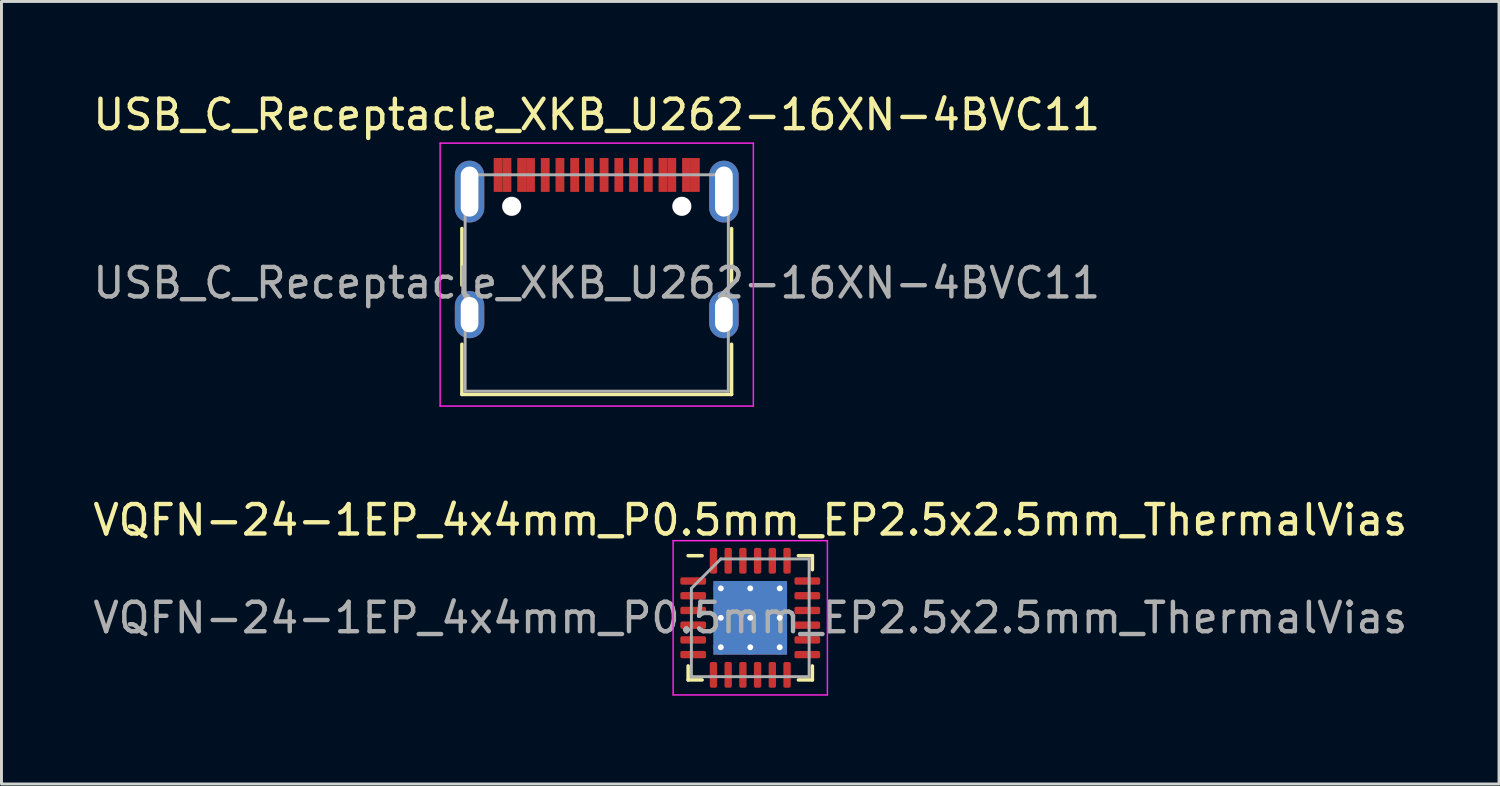
<source format=kicad_pcb>
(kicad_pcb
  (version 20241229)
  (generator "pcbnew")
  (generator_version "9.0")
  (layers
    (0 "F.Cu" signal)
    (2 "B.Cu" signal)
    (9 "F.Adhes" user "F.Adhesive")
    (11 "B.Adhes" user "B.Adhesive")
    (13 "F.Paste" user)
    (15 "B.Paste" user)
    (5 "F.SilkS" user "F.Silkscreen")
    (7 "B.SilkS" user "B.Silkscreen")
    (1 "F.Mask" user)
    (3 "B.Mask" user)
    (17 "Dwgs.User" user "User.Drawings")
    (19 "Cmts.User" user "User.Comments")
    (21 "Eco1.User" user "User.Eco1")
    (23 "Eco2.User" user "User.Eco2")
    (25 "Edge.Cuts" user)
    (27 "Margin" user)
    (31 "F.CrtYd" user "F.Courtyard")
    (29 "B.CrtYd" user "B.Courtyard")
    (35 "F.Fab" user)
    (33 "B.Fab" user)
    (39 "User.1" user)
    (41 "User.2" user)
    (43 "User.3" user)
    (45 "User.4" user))
  (footprint "USB_C_Receptacle_XKB_U262-16XN-4BVC11"
    (layer "F.Cu")
    (at 17.22 6.563)
    (property "Reference" "USB_C_Receptacle_XKB_U262-16XN-4BVC11" (at 0 -5.715 0) (layer "F.SilkS") (effects (font (size 1 1) (thickness 0.15))))
    (attr smd)
    (fp_line (start -4.58 -1.85) (end -4.58 0.07) (stroke (width 0.12) (type solid)) (layer "F.SilkS"))
    (fp_line (start -4.58 3.785) (end -4.58 2.08) (stroke (width 0.12) (type solid)) (layer "F.SilkS"))
    (fp_line (start 4.58 0.07) (end 4.58 -1.85) (stroke (width 0.12) (type solid)) (layer "F.SilkS"))
    (fp_line (start 4.58 2.08) (end 4.58 3.785) (stroke (width 0.12) (type solid)) (layer "F.SilkS"))
    (fp_line (start 4.58 3.785) (end -4.58 3.785) (stroke (width 0.12) (type solid)) (layer "F.SilkS"))
    (fp_line (start -5.32 -4.75) (end 5.32 -4.75) (stroke (width 0.05) (type solid)) (layer "F.CrtYd"))
    (fp_line (start -5.32 4.18) (end -5.32 -4.75) (stroke (width 0.05) (type solid)) (layer "F.CrtYd"))
    (fp_line (start 5.32 -4.75) (end 5.32 4.18) (stroke (width 0.05) (type solid)) (layer "F.CrtYd"))
    (fp_line (start 5.32 4.18) (end -5.32 4.18) (stroke (width 0.05) (type solid)) (layer "F.CrtYd"))
    (fp_line (start -4.47 -3.675) (end -4.47 3.675) (stroke (width 0.1) (type solid)) (layer "F.Fab"))
    (fp_line (start -4.47 -3.675) (end 4.47 -3.675) (stroke (width 0.1) (type solid)) (layer "F.Fab"))
    (fp_line (start -4.47 3.675) (end 4.47 3.675) (stroke (width 0.1) (type solid)) (layer "F.Fab"))
    (fp_line (start 4.47 3.675) (end 4.47 -3.675) (stroke (width 0.1) (type solid)) (layer "F.Fab"))
    (fp_text user "${REFERENCE}" (at 0 0 0) (layer "F.Fab") (effects (font (size 1 1) (thickness 0.15))))
    (pad "" np_thru_hole circle (at -2.89 -2.605) (size 0.65 0.65) (drill 0.65) (layers "*.Cu" "*.Mask"))
    (pad "" np_thru_hole circle (at 2.89 -2.605) (size 0.65 0.65) (drill 0.65) (layers "*.Cu" "*.Mask"))
    (pad "A1" smd rect (at -3.35 -3.67) (size 0.3 1.15) (layers "F.Cu" "F.Mask" "F.Paste"))
    (pad "A4" smd rect (at -2.55 -3.67) (size 0.3 1.15) (layers "F.Cu" "F.Mask" "F.Paste"))
    (pad "A5" smd rect (at -1.25 -3.67) (size 0.3 1.15) (layers "F.Cu" "F.Mask" "F.Paste"))
    (pad "A6" smd rect (at -0.25 -3.67) (size 0.3 1.15) (layers "F.Cu" "F.Mask" "F.Paste"))
    (pad "A7" smd rect (at 0.25 -3.67) (size 0.3 1.15) (layers "F.Cu" "F.Mask" "F.Paste"))
    (pad "A8" smd rect (at 1.25 -3.67) (size 0.3 1.15) (layers "F.Cu" "F.Mask" "F.Paste"))
    (pad "A9" smd rect (at 2.55 -3.67) (size 0.3 1.15) (layers "F.Cu" "F.Mask" "F.Paste"))
    (pad "A12" smd rect (at 3.35 -3.67) (size 0.3 1.15) (layers "F.Cu" "F.Mask" "F.Paste"))
    (pad "B1" smd rect (at 3.05 -3.67) (size 0.3 1.15) (layers "F.Cu" "F.Mask" "F.Paste"))
    (pad "B4" smd rect (at 2.25 -3.67) (size 0.3 1.15) (layers "F.Cu" "F.Mask" "F.Paste"))
    (pad "B5" smd rect (at 1.75 -3.67) (size 0.3 1.15) (layers "F.Cu" "F.Mask" "F.Paste"))
    (pad "B6" smd rect (at 0.75 -3.67) (size 0.3 1.15) (layers "F.Cu" "F.Mask" "F.Paste"))
    (pad "B7" smd rect (at -0.75 -3.67) (size 0.3 1.15) (layers "F.Cu" "F.Mask" "F.Paste"))
    (pad "B8" smd rect (at -1.75 -3.67) (size 0.3 1.15) (layers "F.Cu" "F.Mask" "F.Paste"))
    (pad "B9" smd rect (at -2.25 -3.67) (size 0.3 1.15) (layers "F.Cu" "F.Mask" "F.Paste"))
    (pad "B12" smd rect (at -3.05 -3.67) (size 0.3 1.15) (layers "F.Cu" "F.Mask" "F.Paste"))
    (pad "S1" thru_hole oval (at -4.32 -3.105) (size 1 2.1) (drill oval 0.6 1.7) (layers "*.Cu" "*.Mask"))
    (pad "S1" thru_hole oval (at -4.32 1.075) (size 1 1.6) (drill oval 0.6 1.2) (layers "*.Cu" "*.Mask"))
    (pad "S1" thru_hole oval (at 4.32 -3.105) (size 1 2.1) (drill oval 0.6 1.7) (layers "*.Cu" "*.Mask"))
    (pad "S1" thru_hole oval (at 4.32 1.075) (size 1 1.6) (drill oval 0.6 1.2) (layers "*.Cu" "*.Mask")))
  (footprint "VQFN-24-1EP_4x4mm_P0.5mm_EP2.5x2.5mm_ThermalVias"
    (layer "F.Cu")
    (at 22.435 17.936)
    (property "Reference" "VQFN-24-1EP_4x4mm_P0.5mm_EP2.5x2.5mm_ThermalVias" (at 0 -3.32 0) (layer "F.SilkS") (effects (font (size 1 1) (thickness 0.15))))
    (attr smd)
    (fp_line (start -2.11 2.11) (end -2.11 1.635) (stroke (width 0.12) (type solid)) (layer "F.SilkS"))
    (fp_line (start -1.635 -2.11) (end -2.11 -2.11) (stroke (width 0.12) (type solid)) (layer "F.SilkS"))
    (fp_line (start -1.635 2.11) (end -2.11 2.11) (stroke (width 0.12) (type solid)) (layer "F.SilkS"))
    (fp_line (start 1.635 -2.11) (end 2.11 -2.11) (stroke (width 0.12) (type solid)) (layer "F.SilkS"))
    (fp_line (start 1.635 2.11) (end 2.11 2.11) (stroke (width 0.12) (type solid)) (layer "F.SilkS"))
    (fp_line (start 2.11 -2.11) (end 2.11 -1.635) (stroke (width 0.12) (type solid)) (layer "F.SilkS"))
    (fp_line (start 2.11 2.11) (end 2.11 1.635) (stroke (width 0.12) (type solid)) (layer "F.SilkS"))
    (fp_line (start -2.62 -2.62) (end -2.62 2.62) (stroke (width 0.05) (type solid)) (layer "F.CrtYd"))
    (fp_line (start -2.62 2.62) (end 2.62 2.62) (stroke (width 0.05) (type solid)) (layer "F.CrtYd"))
    (fp_line (start 2.62 -2.62) (end -2.62 -2.62) (stroke (width 0.05) (type solid)) (layer "F.CrtYd"))
    (fp_line (start 2.62 2.62) (end 2.62 -2.62) (stroke (width 0.05) (type solid)) (layer "F.CrtYd"))
    (fp_line (start -2 -1) (end -1 -2) (stroke (width 0.1) (type solid)) (layer "F.Fab"))
    (fp_line (start -2 2) (end -2 -1) (stroke (width 0.1) (type solid)) (layer "F.Fab"))
    (fp_line (start -1 -2) (end 2 -2) (stroke (width 0.1) (type solid)) (layer "F.Fab"))
    (fp_line (start 2 -2) (end 2 2) (stroke (width 0.1) (type solid)) (layer "F.Fab"))
    (fp_line (start 2 2) (end -2 2) (stroke (width 0.1) (type solid)) (layer "F.Fab"))
    (fp_text user "${REFERENCE}" (at 0 0 0) (layer "F.Fab") (effects (font (size 1 1) (thickness 0.15))))
    (pad "" smd custom (at -0.5 -0.5) (size 0.779 0.779) (layers "F.Paste") (options (anchor circle)) (primitives (gr_poly (pts (xy -0.315 -0.192) (xy -0.192 -0.315) (xy 0.192 -0.315) (xy 0.315 -0.192) (xy 0.315 0.192) (xy 0.192 0.315) (xy -0.192 0.315) (xy -0.315 0.192)) (width 0.297) (fill yes))))
    (pad "" smd custom (at -0.5 0.5) (size 0.779 0.779) (layers "F.Paste") (options (anchor circle)) (primitives (gr_poly (pts (xy -0.315 -0.192) (xy -0.192 -0.315) (xy 0.192 -0.315) (xy 0.315 -0.192) (xy 0.315 0.192) (xy 0.192 0.315) (xy -0.192 0.315) (xy -0.315 0.192)) (width 0.297) (fill yes))))
    (pad "" smd custom (at 0.5 -0.5) (size 0.779 0.779) (layers "F.Paste") (options (anchor circle)) (primitives (gr_poly (pts (xy -0.315 -0.192) (xy -0.192 -0.315) (xy 0.192 -0.315) (xy 0.315 -0.192) (xy 0.315 0.192) (xy 0.192 0.315) (xy -0.192 0.315) (xy -0.315 0.192)) (width 0.297) (fill yes))))
    (pad "" smd custom (at 0.5 0.5) (size 0.779 0.779) (layers "F.Paste") (options (anchor circle)) (primitives (gr_poly (pts (xy -0.315 -0.192) (xy -0.192 -0.315) (xy 0.192 -0.315) (xy 0.315 -0.192) (xy 0.315 0.192) (xy 0.192 0.315) (xy -0.192 0.315) (xy -0.315 0.192)) (width 0.297) (fill yes))))
    (pad "1" smd roundrect (at -1.938 -1.25) (size 0.875 0.25) (layers "F.Cu" "F.Mask" "F.Paste") (roundrect_rratio 0.25))
    (pad "2" smd roundrect (at -1.938 -0.75) (size 0.875 0.25) (layers "F.Cu" "F.Mask" "F.Paste") (roundrect_rratio 0.25))
    (pad "3" smd roundrect (at -1.938 -0.25) (size 0.875 0.25) (layers "F.Cu" "F.Mask" "F.Paste") (roundrect_rratio 0.25))
    (pad "4" smd roundrect (at -1.938 0.25) (size 0.875 0.25) (layers "F.Cu" "F.Mask" "F.Paste") (roundrect_rratio 0.25))
    (pad "5" smd roundrect (at -1.938 0.75) (size 0.875 0.25) (layers "F.Cu" "F.Mask" "F.Paste") (roundrect_rratio 0.25))
    (pad "6" smd roundrect (at -1.938 1.25) (size 0.875 0.25) (layers "F.Cu" "F.Mask" "F.Paste") (roundrect_rratio 0.25))
    (pad "7" smd roundrect (at -1.25 1.938) (size 0.25 0.875) (layers "F.Cu" "F.Mask" "F.Paste") (roundrect_rratio 0.25))
    (pad "8" smd roundrect (at -0.75 1.938) (size 0.25 0.875) (layers "F.Cu" "F.Mask" "F.Paste") (roundrect_rratio 0.25))
    (pad "9" smd roundrect (at -0.25 1.938) (size 0.25 0.875) (layers "F.Cu" "F.Mask" "F.Paste") (roundrect_rratio 0.25))
    (pad "10" smd roundrect (at 0.25 1.938) (size 0.25 0.875) (layers "F.Cu" "F.Mask" "F.Paste") (roundrect_rratio 0.25))
    (pad "11" smd roundrect (at 0.75 1.938) (size 0.25 0.875) (layers "F.Cu" "F.Mask" "F.Paste") (roundrect_rratio 0.25))
    (pad "12" smd roundrect (at 1.25 1.938) (size 0.25 0.875) (layers "F.Cu" "F.Mask" "F.Paste") (roundrect_rratio 0.25))
    (pad "13" smd roundrect (at 1.938 1.25) (size 0.875 0.25) (layers "F.Cu" "F.Mask" "F.Paste") (roundrect_rratio 0.25))
    (pad "14" smd roundrect (at 1.938 0.75) (size 0.875 0.25) (layers "F.Cu" "F.Mask" "F.Paste") (roundrect_rratio 0.25))
    (pad "15" smd roundrect (at 1.938 0.25) (size 0.875 0.25) (layers "F.Cu" "F.Mask" "F.Paste") (roundrect_rratio 0.25))
    (pad "16" smd roundrect (at 1.938 -0.25) (size 0.875 0.25) (layers "F.Cu" "F.Mask" "F.Paste") (roundrect_rratio 0.25))
    (pad "17" smd roundrect (at 1.938 -0.75) (size 0.875 0.25) (layers "F.Cu" "F.Mask" "F.Paste") (roundrect_rratio 0.25))
    (pad "18" smd roundrect (at 1.938 -1.25) (size 0.875 0.25) (layers "F.Cu" "F.Mask" "F.Paste") (roundrect_rratio 0.25))
    (pad "19" smd roundrect (at 1.25 -1.938) (size 0.25 0.875) (layers "F.Cu" "F.Mask" "F.Paste") (roundrect_rratio 0.25))
    (pad "20" smd roundrect (at 0.75 -1.938) (size 0.25 0.875) (layers "F.Cu" "F.Mask" "F.Paste") (roundrect_rratio 0.25))
    (pad "21" smd roundrect (at 0.25 -1.938) (size 0.25 0.875) (layers "F.Cu" "F.Mask" "F.Paste") (roundrect_rratio 0.25))
    (pad "22" smd roundrect (at -0.25 -1.938) (size 0.25 0.875) (layers "F.Cu" "F.Mask" "F.Paste") (roundrect_rratio 0.25))
    (pad "23" smd roundrect (at -0.75 -1.938) (size 0.25 0.875) (layers "F.Cu" "F.Mask" "F.Paste") (roundrect_rratio 0.25))
    (pad "24" smd roundrect (at -1.25 -1.938) (size 0.25 0.875) (layers "F.Cu" "F.Mask" "F.Paste") (roundrect_rratio 0.25))
    (pad "25" thru_hole circle (at -1 -1) (size 0.5 0.5) (drill 0.2) (layers "*.Cu"))
    (pad "25" thru_hole circle (at -1 0) (size 0.5 0.5) (drill 0.2) (layers "*.Cu"))
    (pad "25" thru_hole circle (at -1 1) (size 0.5 0.5) (drill 0.2) (layers "*.Cu"))
    (pad "25" thru_hole circle (at 0 -1) (size 0.5 0.5) (drill 0.2) (layers "*.Cu"))
    (pad "25" thru_hole circle (at 0 0) (size 0.5 0.5) (drill 0.2) (layers "*.Cu"))
    (pad "25" smd rect (at 0 0) (size 2.5 2.5) (layers "F.Cu" "F.Mask"))
    (pad "25" smd rect (at 0 0) (size 2.5 2.5) (layers "B.Cu"))
    (pad "25" thru_hole circle (at 0 1) (size 0.5 0.5) (drill 0.2) (layers "*.Cu"))
    (pad "25" thru_hole circle (at 1 -1) (size 0.5 0.5) (drill 0.2) (layers "*.Cu"))
    (pad "25" thru_hole circle (at 1 0) (size 0.5 0.5) (drill 0.2) (layers "*.Cu"))
    (pad "25" thru_hole circle (at 1 1) (size 0.5 0.5) (drill 0.2) (layers "*.Cu")))
  (gr_rect
    (start -3 -3)
    (end 47.869 23.581)
    (stroke (width 0.1) (type default))
    (fill no)
    (layer "Edge.Cuts")))
</source>
